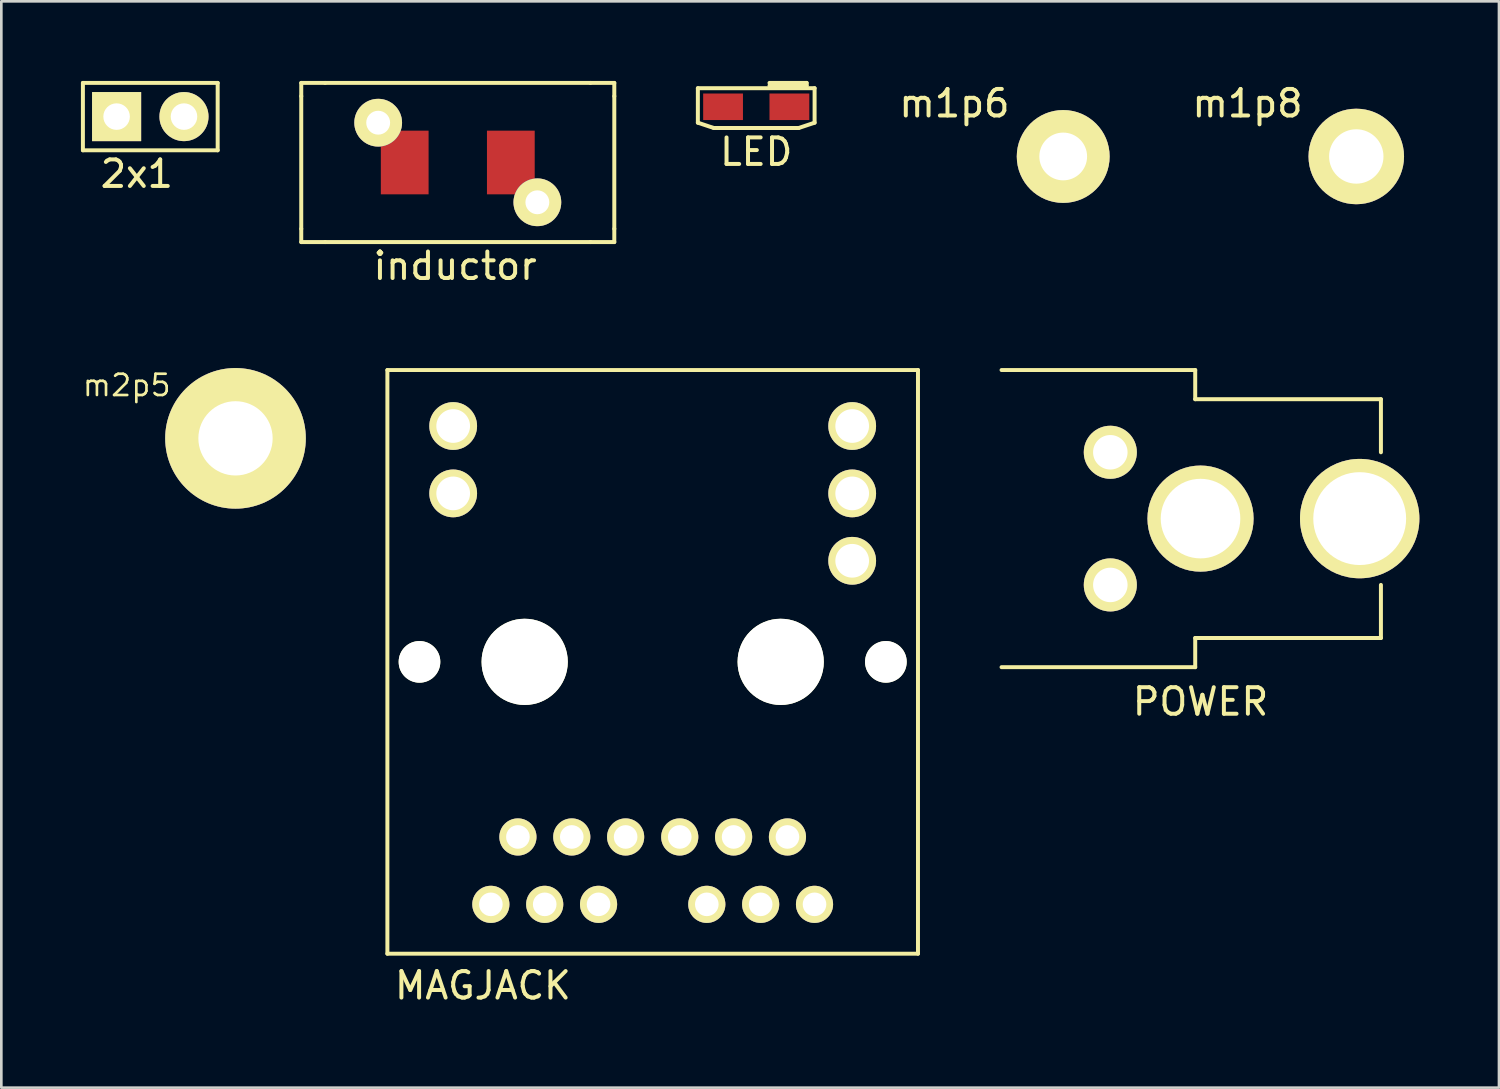
<source format=kicad_pcb>
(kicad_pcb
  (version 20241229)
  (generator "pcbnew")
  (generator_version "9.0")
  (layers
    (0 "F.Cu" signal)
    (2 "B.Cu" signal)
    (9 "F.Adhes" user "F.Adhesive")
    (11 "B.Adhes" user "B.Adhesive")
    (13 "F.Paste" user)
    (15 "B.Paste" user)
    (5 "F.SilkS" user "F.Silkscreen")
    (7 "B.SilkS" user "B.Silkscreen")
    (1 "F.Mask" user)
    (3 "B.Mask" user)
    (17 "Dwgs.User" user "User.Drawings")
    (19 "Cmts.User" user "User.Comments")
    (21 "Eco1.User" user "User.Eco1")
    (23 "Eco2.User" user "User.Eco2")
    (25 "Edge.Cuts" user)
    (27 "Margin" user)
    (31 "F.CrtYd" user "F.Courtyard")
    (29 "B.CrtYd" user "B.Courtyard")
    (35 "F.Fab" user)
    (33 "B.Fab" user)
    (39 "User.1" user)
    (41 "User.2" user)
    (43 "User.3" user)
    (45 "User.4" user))
  (footprint "MAGJACK"
    (layer "F.Cu")
    (at 21.552 21.898)
    (property "Reference" "MAGJACK" (at -6.4 12.2 0) (layer "F.SilkS") (effects (font (size 1 1) (thickness 0.15))))
    (attr through_hole)
    (fp_line (start -10 -11) (end 10 -11) (stroke (width 0.15) (type solid)) (layer "F.SilkS"))
    (fp_line (start -10 11) (end -10 -11) (stroke (width 0.15) (type solid)) (layer "F.SilkS"))
    (fp_line (start 10 -11) (end 10 11) (stroke (width 0.15) (type solid)) (layer "F.SilkS"))
    (fp_line (start 10 11) (end -10 11) (stroke (width 0.15) (type solid)) (layer "F.SilkS"))
    (pad "" np_thru_hole circle (at -8.79 0) (size 1.57 1.57) (drill 1.57) (layers "*.Cu" "*.Mask" "F.SilkS"))
    (pad "" np_thru_hole circle (at -4.825 0) (size 3.25 3.25) (drill 3.25) (layers "*.Cu" "*.Mask" "F.SilkS"))
    (pad "" np_thru_hole circle (at 4.825 0) (size 3.25 3.25) (drill 3.25) (layers "*.Cu" "*.Mask" "F.SilkS"))
    (pad "" np_thru_hole circle (at 8.79 0) (size 1.57 1.57) (drill 1.57) (layers "*.Cu" "*.Mask" "F.SilkS"))
    (pad "1" thru_hole circle (at -5.08 6.6) (size 1.4 1.4) (drill 0.89) (layers "*.Cu" "*.Mask" "F.SilkS"))
    (pad "2" thru_hole circle (at -3.05 6.6) (size 1.4 1.4) (drill 0.89) (layers "*.Cu" "*.Mask" "F.SilkS"))
    (pad "3" thru_hole circle (at -1.02 6.6) (size 1.4 1.4) (drill 0.89) (layers "*.Cu" "*.Mask" "F.SilkS"))
    (pad "4" thru_hole circle (at 1.02 6.6) (size 1.4 1.4) (drill 0.89) (layers "*.Cu" "*.Mask" "F.SilkS"))
    (pad "5" thru_hole circle (at 3.05 6.6) (size 1.4 1.4) (drill 0.89) (layers "*.Cu" "*.Mask" "F.SilkS"))
    (pad "6" thru_hole circle (at 5.08 6.6) (size 1.4 1.4) (drill 0.89) (layers "*.Cu" "*.Mask" "F.SilkS"))
    (pad "7" thru_hole circle (at -6.1 9.14) (size 1.4 1.4) (drill 0.89) (layers "*.Cu" "*.Mask" "F.SilkS"))
    (pad "8" thru_hole circle (at -4.07 9.14) (size 1.4 1.4) (drill 0.89) (layers "*.Cu" "*.Mask" "F.SilkS"))
    (pad "9" thru_hole circle (at -2.04 9.14) (size 1.4 1.4) (drill 0.89) (layers "*.Cu" "*.Mask" "F.SilkS"))
    (pad "10" thru_hole circle (at 2.04 9.14) (size 1.4 1.4) (drill 0.89) (layers "*.Cu" "*.Mask" "F.SilkS"))
    (pad "11" thru_hole circle (at 4.07 9.14) (size 1.4 1.4) (drill 0.89) (layers "*.Cu" "*.Mask" "F.SilkS"))
    (pad "12" thru_hole circle (at 6.1 9.14) (size 1.4 1.4) (drill 0.89) (layers "*.Cu" "*.Mask" "F.SilkS"))
    (pad "13" thru_hole circle (at -7.52 -6.35) (size 1.8 1.8) (drill 1.27) (layers "*.Cu" "*.Mask" "F.SilkS"))
    (pad "14" thru_hole circle (at -7.52 -8.89) (size 1.8 1.8) (drill 1.27) (layers "*.Cu" "*.Mask" "F.SilkS"))
    (pad "15" thru_hole circle (at 7.52 -3.81) (size 1.8 1.8) (drill 1.27) (layers "*.Cu" "*.Mask" "F.SilkS"))
    (pad "16" thru_hole circle (at 7.52 -6.35) (size 1.8 1.8) (drill 1.27) (layers "*.Cu" "*.Mask" "F.SilkS"))
    (pad "17" thru_hole circle (at 7.52 -8.89) (size 1.8 1.8) (drill 1.27) (layers "*.Cu" "*.Mask" "F.SilkS")))
  (footprint "POWER"
    (layer "F.Cu")
    (at 42.202 16.498)
    (property "Reference" "POWER" (at 0 6.9 0) (layer "F.SilkS") (effects (font (size 1 1) (thickness 0.15))))
    (attr through_hole)
    (fp_line (start -0.2 -5.6) (end -7.5 -5.6) (stroke (width 0.15) (type solid)) (layer "F.SilkS"))
    (fp_line (start -0.2 -4.5) (end -0.2 -5.6) (stroke (width 0.15) (type solid)) (layer "F.SilkS"))
    (fp_line (start -0.2 -4.5) (end 6.8 -4.5) (stroke (width 0.15) (type solid)) (layer "F.SilkS"))
    (fp_line (start -0.2 4.5) (end -0.2 5.6) (stroke (width 0.15) (type solid)) (layer "F.SilkS"))
    (fp_line (start -0.2 5.6) (end -7.5 5.6) (stroke (width 0.15) (type solid)) (layer "F.SilkS"))
    (fp_line (start 6.8 -4.5) (end 6.8 -2.5) (stroke (width 0.15) (type solid)) (layer "F.SilkS"))
    (fp_line (start 6.8 2.5) (end 6.8 4.5) (stroke (width 0.15) (type solid)) (layer "F.SilkS"))
    (fp_line (start 6.8 4.5) (end -0.2 4.5) (stroke (width 0.15) (type solid)) (layer "F.SilkS"))
    (pad "1" thru_hole circle (at -3.4 2.5) (size 2 2) (drill 1.3) (layers "*.Cu" "*.Mask" "F.SilkS"))
    (pad "1" thru_hole circle (at 6 0) (size 4.5 4.5) (drill 3.5) (layers "*.Cu" "*.Mask" "F.SilkS"))
    (pad "2" thru_hole circle (at -3.4 -2.5) (size 2 2) (drill 1.3) (layers "*.Cu" "*.Mask" "F.SilkS"))
    (pad "2" thru_hole circle (at 0 0) (size 4 4) (drill 3) (layers "*.Cu" "*.Mask" "F.SilkS")))
  (footprint "2x1"
    (layer "F.Cu")
    (at 1.345 1.345)
    (property "Reference" "2x1" (at 0.762 2.159 0) (layer "F.SilkS") (effects (font (size 1 1) (thickness 0.15))))
    (attr through_hole)
    (fp_line (start -1.27 -1.27) (end -1.27 1.27) (stroke (width 0.15) (type solid)) (layer "F.SilkS"))
    (fp_line (start 3.81 -1.27) (end -1.27 -1.27) (stroke (width 0.15) (type solid)) (layer "F.SilkS"))
    (fp_line (start 3.81 -1.27) (end 3.81 1.27) (stroke (width 0.15) (type solid)) (layer "F.SilkS"))
    (fp_line (start 3.81 1.27) (end -1.27 1.27) (stroke (width 0.15) (type solid)) (layer "F.SilkS"))
    (pad "1" thru_hole rect (at 0 0) (size 1.85 1.85) (drill 1) (layers "*.Cu" "*.Mask" "F.SilkS"))
    (pad "2" thru_hole circle (at 2.54 0) (size 1.85 1.85) (drill 1) (layers "*.Cu" "*.Mask" "F.SilkS")))
  (footprint "m1p8"
    (layer "F.Cu")
    (at 48.073 2.848)
    (property "Reference" "m1p8" (at -4.1 -2 0) (layer "F.SilkS") (effects (font (size 1 1) (thickness 0.15))))
    (attr through_hole)
    (pad "" np_thru_hole circle (at 0 0) (size 3.6 3.6) (drill 2.05) (layers "*.Cu" "*.Mask" "F.SilkS")))
  (footprint "LED"
    (layer "F.Cu")
    (at 25.455 0.975)
    (property "Reference" "LED" (at 0 1.7 0) (layer "F.SilkS") (effects (font (size 1 1) (thickness 0.15))))
    (attr through_hole)
    (fp_line (start -2.2 -0.7) (end -2.2 0.6) (stroke (width 0.15) (type solid)) (layer "F.SilkS"))
    (fp_line (start -2.2 0.6) (end -1.6 0.8) (stroke (width 0.15) (type solid)) (layer "F.SilkS"))
    (fp_line (start -1.6 0.8) (end 1.6 0.8) (stroke (width 0.15) (type solid)) (layer "F.SilkS"))
    (fp_line (start 0.5 -0.8) (end 1.9 -0.8) (stroke (width 0.15) (type solid)) (layer "F.SilkS"))
    (fp_line (start 1.6 0.8) (end 2.2 0.6) (stroke (width 0.15) (type solid)) (layer "F.SilkS"))
    (fp_line (start 1.9 -0.9) (end 0.5 -0.9) (stroke (width 0.15) (type solid)) (layer "F.SilkS"))
    (fp_line (start 1.9 -0.8) (end 1.9 -0.9) (stroke (width 0.15) (type solid)) (layer "F.SilkS"))
    (fp_line (start 2.2 -0.7) (end -2.2 -0.7) (stroke (width 0.15) (type solid)) (layer "F.SilkS"))
    (fp_line (start 2.2 0.6) (end 2.2 -0.7) (stroke (width 0.15) (type solid)) (layer "F.SilkS"))
    (pad "A" smd rect (at -1.25 0) (size 1.5 1) (layers "F.Cu" "F.Mask" "F.Paste"))
    (pad "K" smd rect (at 1.25 0) (size 1.5 1) (layers "F.Cu" "F.Mask" "F.Paste")))
  (footprint "m2p5"
    (layer "F.Cu")
    (at 5.827 13.473)
    (property "Reference" "m2p5" (at -4.1 -2 0) (layer "F.SilkS") (effects (font (size 0.8 0.8) (thickness 0.1))))
    (attr through_hole)
    (pad "" np_thru_hole circle (at 0 0) (size 5.3 5.3) (drill 2.8) (layers "*.Cu" "*.Mask" "F.SilkS")))
  (footprint "m1p6"
    (layer "F.Cu")
    (at 37.026 2.848)
    (property "Reference" "m1p6" (at -4.1 -2 0) (layer "F.SilkS") (effects (font (size 1 1) (thickness 0.15))))
    (attr through_hole)
    (pad "" np_thru_hole circle (at 0 0) (size 3.5 3.5) (drill 1.8) (layers "*.Cu" "*.Mask" "F.SilkS")))
  (footprint "inductor"
    (layer "F.Cu")
    (at 14.205 3.075)
    (property "Reference" "inductor" (at -0.1 3.9 0) (layer "F.SilkS") (effects (font (size 1 1) (thickness 0.15))))
    (attr through_hole)
    (fp_line (start -5.9 -3) (end -5.9 -2.5) (stroke (width 0.15) (type solid)) (layer "F.SilkS"))
    (fp_line (start -5.9 2.5) (end -5.9 -2.5) (stroke (width 0.15) (type solid)) (layer "F.SilkS"))
    (fp_line (start -5.9 2.5) (end -5.9 3) (stroke (width 0.15) (type solid)) (layer "F.SilkS"))
    (fp_line (start -5.9 3) (end -5 3) (stroke (width 0.15) (type solid)) (layer "F.SilkS"))
    (fp_line (start -5 -3) (end -5.9 -3) (stroke (width 0.15) (type solid)) (layer "F.SilkS"))
    (fp_line (start -5 -3) (end 5 -3) (stroke (width 0.15) (type solid)) (layer "F.SilkS"))
    (fp_line (start 5 -3) (end 5.9 -3) (stroke (width 0.15) (type solid)) (layer "F.SilkS"))
    (fp_line (start 5 3) (end -5 3) (stroke (width 0.15) (type solid)) (layer "F.SilkS"))
    (fp_line (start 5 3) (end 5.9 3) (stroke (width 0.15) (type solid)) (layer "F.SilkS"))
    (fp_line (start 5.9 -3) (end 5.9 -2.5) (stroke (width 0.15) (type solid)) (layer "F.SilkS"))
    (fp_line (start 5.9 -2.5) (end 5.9 2.5) (stroke (width 0.15) (type solid)) (layer "F.SilkS"))
    (fp_line (start 5.9 3) (end 5.9 2.5) (stroke (width 0.15) (type solid)) (layer "F.SilkS"))
    (pad "1" thru_hole circle (at -3 -1.5) (size 1.8 1.8) (drill 0.9) (layers "*.Cu" "*.Mask" "F.SilkS"))
    (pad "1" smd rect (at -2 0) (size 1.8 2.4) (layers "F.Cu" "F.Mask" "F.Paste"))
    (pad "2" smd rect (at 2 0) (size 1.8 2.4) (layers "F.Cu" "F.Mask" "F.Paste"))
    (pad "2" thru_hole circle (at 3 1.5) (size 1.8 1.8) (drill 0.9) (layers "*.Cu" "*.Mask" "F.SilkS")))
  (gr_rect
    (start -3 -3)
    (end 53.452 37.947)
    (stroke (width 0.1) (type default))
    (fill no)
    (layer "Edge.Cuts")))
</source>
